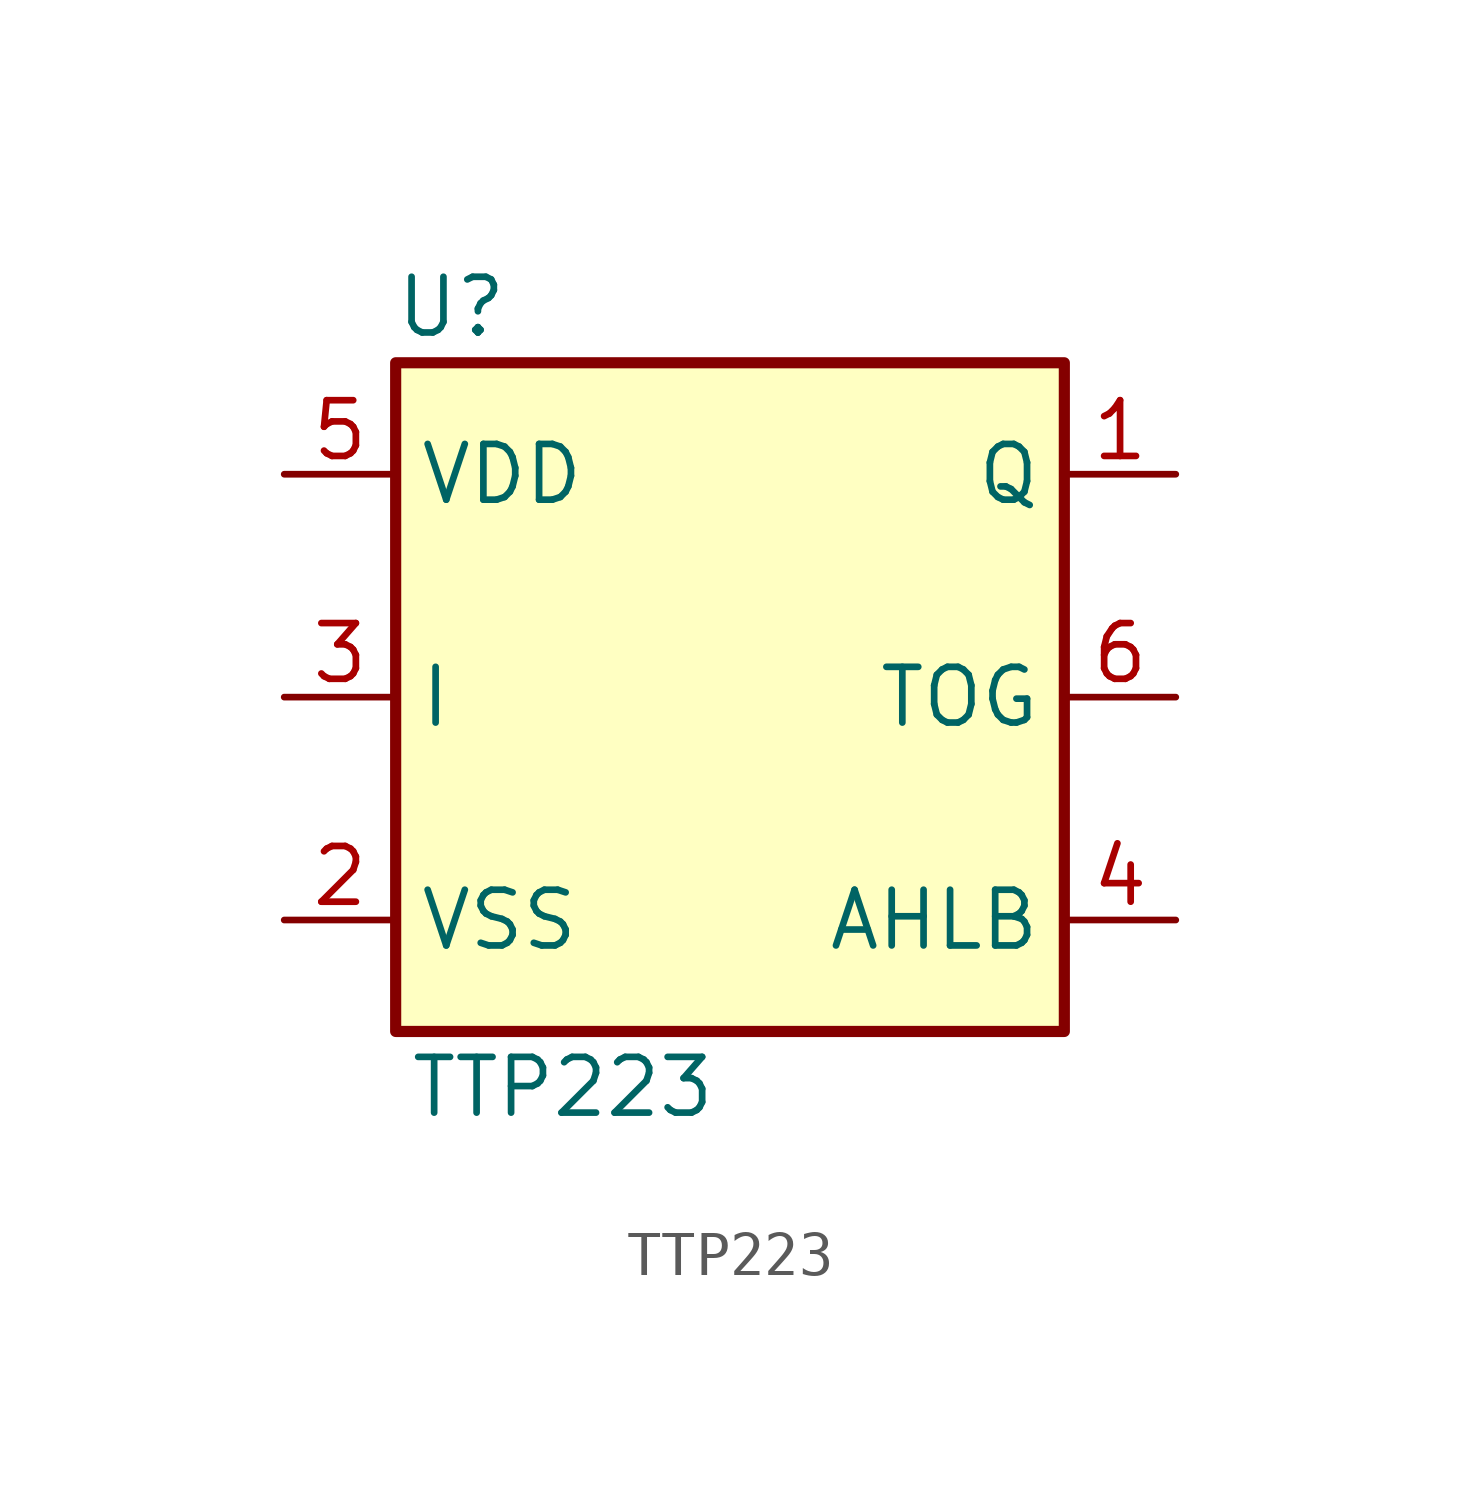
<source format=kicad_sym>
(kicad_symbol_lib
  (version 20211014)
  (generator kicad_symbol_editor)
  (symbol "TTP223"
    (property "Reference" "U"
      (at -6.35 8.89 0)
      (effects (font (size 1.27 1.27))))
    (property "Value" "TTP223"
      (at -3.81 -8.89 0)
      (effects (font (size 1.27 1.27))))
    (symbol "TTP223_0_1"
      (rectangle (start -7.62 7.62) (end 7.62 -7.62) (stroke (width 0.254) (type default) (color 0 0 0 0)) (fill (type background))))
    (symbol "TTP223_1_1"
      (pin output line (at 10.16 5.08 180) (length 2.54) (name "Q" (effects (font (size 1.27 1.27)))) (number "1" (effects (font (size 1.27 1.27)))))
      (pin power_in line (at -10.16 -5.08 0) (length 2.54) (name "VSS" (effects (font (size 1.27 1.27)))) (number "2" (effects (font (size 1.27 1.27)))))
      (pin input line (at -10.16 0 0) (length 2.54) (name "I" (effects (font (size 1.27 1.27)))) (number "3" (effects (font (size 1.27 1.27)))))
      (pin input line (at 10.16 -5.08 180) (length 2.54) (name "AHLB" (effects (font (size 1.27 1.27)))) (number "4" (effects (font (size 1.27 1.27)))))
      (pin power_in line (at -10.16 5.08 0) (length 2.54) (name "VDD" (effects (font (size 1.27 1.27)))) (number "5" (effects (font (size 1.27 1.27)))))
      (pin input line (at 10.16 0 180) (length 2.54) (name "TOG" (effects (font (size 1.27 1.27)))) (number "6" (effects (font (size 1.27 1.27))))))))
</source>
